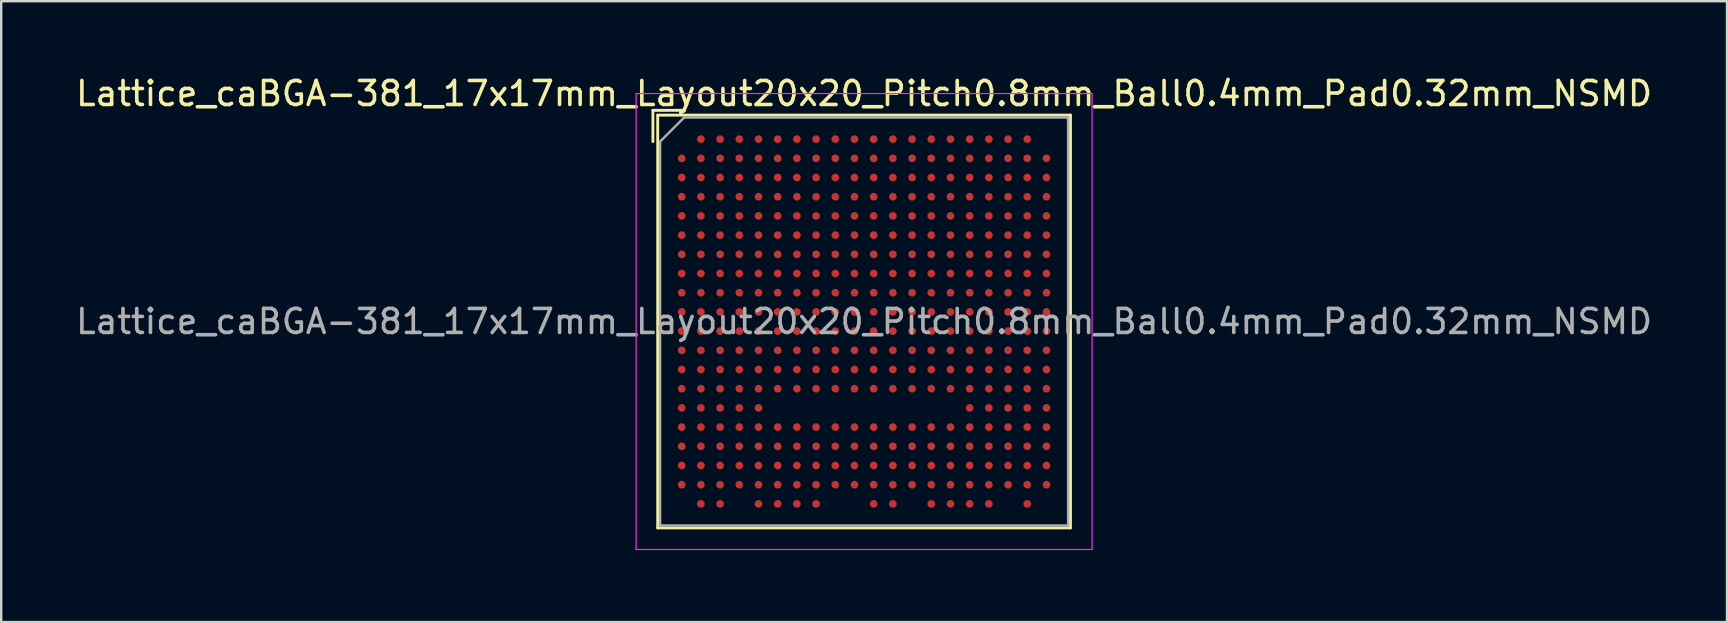
<source format=kicad_pcb>
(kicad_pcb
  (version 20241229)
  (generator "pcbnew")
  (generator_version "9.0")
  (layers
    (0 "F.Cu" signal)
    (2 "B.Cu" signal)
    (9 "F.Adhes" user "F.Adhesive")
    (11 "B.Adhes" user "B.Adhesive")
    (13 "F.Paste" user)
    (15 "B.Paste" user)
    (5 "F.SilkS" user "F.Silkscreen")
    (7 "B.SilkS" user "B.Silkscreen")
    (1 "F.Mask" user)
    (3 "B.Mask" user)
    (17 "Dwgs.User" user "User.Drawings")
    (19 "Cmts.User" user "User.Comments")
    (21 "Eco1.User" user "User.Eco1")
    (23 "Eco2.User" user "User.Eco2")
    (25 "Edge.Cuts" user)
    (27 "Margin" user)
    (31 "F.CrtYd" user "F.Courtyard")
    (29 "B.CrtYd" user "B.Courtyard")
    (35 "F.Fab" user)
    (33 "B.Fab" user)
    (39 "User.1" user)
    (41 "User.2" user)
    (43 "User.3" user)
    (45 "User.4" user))
  (footprint "Lattice_caBGA-381_17x17mm_Layout20x20_Pitch0.8mm_Ball0.4mm_Pad0.32mm_NSMD"
    (layer "F.Cu")
    (at 32.958 10.348)
    (property "Reference" "Lattice_caBGA-381_17x17mm_Layout20x20_Pitch0.8mm_Ball0.4mm_Pad0.32mm_NSMD" (at 0 -9.5 0) (layer "F.SilkS") (effects (font (size 1 1) (thickness 0.15))))
    (attr smd)
    (fp_line (start -8.8 -8.8) (end -8.8 -7.5) (stroke (width 0.12) (type solid)) (layer "F.SilkS"))
    (fp_line (start -8.8 -8.8) (end -7.5 -8.8) (stroke (width 0.12) (type solid)) (layer "F.SilkS"))
    (fp_line (start -8.6 -8.6) (end 8.6 -8.6) (stroke (width 0.12) (type solid)) (layer "F.SilkS"))
    (fp_line (start -8.6 8.6) (end -8.6 -8.6) (stroke (width 0.12) (type solid)) (layer "F.SilkS"))
    (fp_line (start 8.6 -8.6) (end 8.6 8.6) (stroke (width 0.12) (type solid)) (layer "F.SilkS"))
    (fp_line (start 8.6 8.6) (end -8.6 8.6) (stroke (width 0.12) (type solid)) (layer "F.SilkS"))
    (fp_line (start -9.5 -9.5) (end 9.5 -9.5) (stroke (width 0.05) (type solid)) (layer "F.CrtYd"))
    (fp_line (start -9.5 9.5) (end -9.5 -9.5) (stroke (width 0.05) (type solid)) (layer "F.CrtYd"))
    (fp_line (start 9.5 -9.5) (end 9.5 9.5) (stroke (width 0.05) (type solid)) (layer "F.CrtYd"))
    (fp_line (start 9.5 9.5) (end -9.5 9.5) (stroke (width 0.05) (type solid)) (layer "F.CrtYd"))
    (fp_line (start -8.5 -7.5) (end -7.5 -8.5) (stroke (width 0.1) (type solid)) (layer "F.Fab"))
    (fp_line (start -8.5 8.5) (end -8.5 -7.5) (stroke (width 0.1) (type solid)) (layer "F.Fab"))
    (fp_line (start -7.5 -8.5) (end 8.5 -8.5) (stroke (width 0.1) (type solid)) (layer "F.Fab"))
    (fp_line (start 8.5 -8.5) (end 8.5 8.5) (stroke (width 0.1) (type solid)) (layer "F.Fab"))
    (fp_line (start 8.5 8.5) (end -8.5 8.5) (stroke (width 0.1) (type solid)) (layer "F.Fab"))
    (fp_text user "${REFERENCE}" (at 0 0 0) (layer "F.Fab") (effects (font (size 1 1) (thickness 0.15))))
    (pad "A2" smd circle (at -6.8 -7.6) (size 0.32 0.32) (layers "F.Cu" "F.Mask" "F.Paste"))
    (pad "A3" smd circle (at -6 -7.6) (size 0.32 0.32) (layers "F.Cu" "F.Mask" "F.Paste"))
    (pad "A4" smd circle (at -5.2 -7.6) (size 0.32 0.32) (layers "F.Cu" "F.Mask" "F.Paste"))
    (pad "A5" smd circle (at -4.4 -7.6) (size 0.32 0.32) (layers "F.Cu" "F.Mask" "F.Paste"))
    (pad "A6" smd circle (at -3.6 -7.6) (size 0.32 0.32) (layers "F.Cu" "F.Mask" "F.Paste"))
    (pad "A7" smd circle (at -2.8 -7.6) (size 0.32 0.32) (layers "F.Cu" "F.Mask" "F.Paste"))
    (pad "A8" smd circle (at -2 -7.6) (size 0.32 0.32) (layers "F.Cu" "F.Mask" "F.Paste"))
    (pad "A9" smd circle (at -1.2 -7.6) (size 0.32 0.32) (layers "F.Cu" "F.Mask" "F.Paste"))
    (pad "A10" smd circle (at -0.4 -7.6) (size 0.32 0.32) (layers "F.Cu" "F.Mask" "F.Paste"))
    (pad "A11" smd circle (at 0.4 -7.6) (size 0.32 0.32) (layers "F.Cu" "F.Mask" "F.Paste"))
    (pad "A12" smd circle (at 1.2 -7.6) (size 0.32 0.32) (layers "F.Cu" "F.Mask" "F.Paste"))
    (pad "A13" smd circle (at 2 -7.6) (size 0.32 0.32) (layers "F.Cu" "F.Mask" "F.Paste"))
    (pad "A14" smd circle (at 2.8 -7.6) (size 0.32 0.32) (layers "F.Cu" "F.Mask" "F.Paste"))
    (pad "A15" smd circle (at 3.6 -7.6) (size 0.32 0.32) (layers "F.Cu" "F.Mask" "F.Paste"))
    (pad "A16" smd circle (at 4.4 -7.6) (size 0.32 0.32) (layers "F.Cu" "F.Mask" "F.Paste"))
    (pad "A17" smd circle (at 5.2 -7.6) (size 0.32 0.32) (layers "F.Cu" "F.Mask" "F.Paste"))
    (pad "A18" smd circle (at 6 -7.6) (size 0.32 0.32) (layers "F.Cu" "F.Mask" "F.Paste"))
    (pad "A19" smd circle (at 6.8 -7.6) (size 0.32 0.32) (layers "F.Cu" "F.Mask" "F.Paste"))
    (pad "B1" smd circle (at -7.6 -6.8) (size 0.32 0.32) (layers "F.Cu" "F.Mask" "F.Paste"))
    (pad "B2" smd circle (at -6.8 -6.8) (size 0.32 0.32) (layers "F.Cu" "F.Mask" "F.Paste"))
    (pad "B3" smd circle (at -6 -6.8) (size 0.32 0.32) (layers "F.Cu" "F.Mask" "F.Paste"))
    (pad "B4" smd circle (at -5.2 -6.8) (size 0.32 0.32) (layers "F.Cu" "F.Mask" "F.Paste"))
    (pad "B5" smd circle (at -4.4 -6.8) (size 0.32 0.32) (layers "F.Cu" "F.Mask" "F.Paste"))
    (pad "B6" smd circle (at -3.6 -6.8) (size 0.32 0.32) (layers "F.Cu" "F.Mask" "F.Paste"))
    (pad "B7" smd circle (at -2.8 -6.8) (size 0.32 0.32) (layers "F.Cu" "F.Mask" "F.Paste"))
    (pad "B8" smd circle (at -2 -6.8) (size 0.32 0.32) (layers "F.Cu" "F.Mask" "F.Paste"))
    (pad "B9" smd circle (at -1.2 -6.8) (size 0.32 0.32) (layers "F.Cu" "F.Mask" "F.Paste"))
    (pad "B10" smd circle (at -0.4 -6.8) (size 0.32 0.32) (layers "F.Cu" "F.Mask" "F.Paste"))
    (pad "B11" smd circle (at 0.4 -6.8) (size 0.32 0.32) (layers "F.Cu" "F.Mask" "F.Paste"))
    (pad "B12" smd circle (at 1.2 -6.8) (size 0.32 0.32) (layers "F.Cu" "F.Mask" "F.Paste"))
    (pad "B13" smd circle (at 2 -6.8) (size 0.32 0.32) (layers "F.Cu" "F.Mask" "F.Paste"))
    (pad "B14" smd circle (at 2.8 -6.8) (size 0.32 0.32) (layers "F.Cu" "F.Mask" "F.Paste"))
    (pad "B15" smd circle (at 3.6 -6.8) (size 0.32 0.32) (layers "F.Cu" "F.Mask" "F.Paste"))
    (pad "B16" smd circle (at 4.4 -6.8) (size 0.32 0.32) (layers "F.Cu" "F.Mask" "F.Paste"))
    (pad "B17" smd circle (at 5.2 -6.8) (size 0.32 0.32) (layers "F.Cu" "F.Mask" "F.Paste"))
    (pad "B18" smd circle (at 6 -6.8) (size 0.32 0.32) (layers "F.Cu" "F.Mask" "F.Paste"))
    (pad "B19" smd circle (at 6.8 -6.8) (size 0.32 0.32) (layers "F.Cu" "F.Mask" "F.Paste"))
    (pad "B20" smd circle (at 7.6 -6.8) (size 0.32 0.32) (layers "F.Cu" "F.Mask" "F.Paste"))
    (pad "C1" smd circle (at -7.6 -6) (size 0.32 0.32) (layers "F.Cu" "F.Mask" "F.Paste"))
    (pad "C2" smd circle (at -6.8 -6) (size 0.32 0.32) (layers "F.Cu" "F.Mask" "F.Paste"))
    (pad "C3" smd circle (at -6 -6) (size 0.32 0.32) (layers "F.Cu" "F.Mask" "F.Paste"))
    (pad "C4" smd circle (at -5.2 -6) (size 0.32 0.32) (layers "F.Cu" "F.Mask" "F.Paste"))
    (pad "C5" smd circle (at -4.4 -6) (size 0.32 0.32) (layers "F.Cu" "F.Mask" "F.Paste"))
    (pad "C6" smd circle (at -3.6 -6) (size 0.32 0.32) (layers "F.Cu" "F.Mask" "F.Paste"))
    (pad "C7" smd circle (at -2.8 -6) (size 0.32 0.32) (layers "F.Cu" "F.Mask" "F.Paste"))
    (pad "C8" smd circle (at -2 -6) (size 0.32 0.32) (layers "F.Cu" "F.Mask" "F.Paste"))
    (pad "C9" smd circle (at -1.2 -6) (size 0.32 0.32) (layers "F.Cu" "F.Mask" "F.Paste"))
    (pad "C10" smd circle (at -0.4 -6) (size 0.32 0.32) (layers "F.Cu" "F.Mask" "F.Paste"))
    (pad "C11" smd circle (at 0.4 -6) (size 0.32 0.32) (layers "F.Cu" "F.Mask" "F.Paste"))
    (pad "C12" smd circle (at 1.2 -6) (size 0.32 0.32) (layers "F.Cu" "F.Mask" "F.Paste"))
    (pad "C13" smd circle (at 2 -6) (size 0.32 0.32) (layers "F.Cu" "F.Mask" "F.Paste"))
    (pad "C14" smd circle (at 2.8 -6) (size 0.32 0.32) (layers "F.Cu" "F.Mask" "F.Paste"))
    (pad "C15" smd circle (at 3.6 -6) (size 0.32 0.32) (layers "F.Cu" "F.Mask" "F.Paste"))
    (pad "C16" smd circle (at 4.4 -6) (size 0.32 0.32) (layers "F.Cu" "F.Mask" "F.Paste"))
    (pad "C17" smd circle (at 5.2 -6) (size 0.32 0.32) (layers "F.Cu" "F.Mask" "F.Paste"))
    (pad "C18" smd circle (at 6 -6) (size 0.32 0.32) (layers "F.Cu" "F.Mask" "F.Paste"))
    (pad "C19" smd circle (at 6.8 -6) (size 0.32 0.32) (layers "F.Cu" "F.Mask" "F.Paste"))
    (pad "C20" smd circle (at 7.6 -6) (size 0.32 0.32) (layers "F.Cu" "F.Mask" "F.Paste"))
    (pad "D1" smd circle (at -7.6 -5.2) (size 0.32 0.32) (layers "F.Cu" "F.Mask" "F.Paste"))
    (pad "D2" smd circle (at -6.8 -5.2) (size 0.32 0.32) (layers "F.Cu" "F.Mask" "F.Paste"))
    (pad "D3" smd circle (at -6 -5.2) (size 0.32 0.32) (layers "F.Cu" "F.Mask" "F.Paste"))
    (pad "D4" smd circle (at -5.2 -5.2) (size 0.32 0.32) (layers "F.Cu" "F.Mask" "F.Paste"))
    (pad "D5" smd circle (at -4.4 -5.2) (size 0.32 0.32) (layers "F.Cu" "F.Mask" "F.Paste"))
    (pad "D6" smd circle (at -3.6 -5.2) (size 0.32 0.32) (layers "F.Cu" "F.Mask" "F.Paste"))
    (pad "D7" smd circle (at -2.8 -5.2) (size 0.32 0.32) (layers "F.Cu" "F.Mask" "F.Paste"))
    (pad "D8" smd circle (at -2 -5.2) (size 0.32 0.32) (layers "F.Cu" "F.Mask" "F.Paste"))
    (pad "D9" smd circle (at -1.2 -5.2) (size 0.32 0.32) (layers "F.Cu" "F.Mask" "F.Paste"))
    (pad "D10" smd circle (at -0.4 -5.2) (size 0.32 0.32) (layers "F.Cu" "F.Mask" "F.Paste"))
    (pad "D11" smd circle (at 0.4 -5.2) (size 0.32 0.32) (layers "F.Cu" "F.Mask" "F.Paste"))
    (pad "D12" smd circle (at 1.2 -5.2) (size 0.32 0.32) (layers "F.Cu" "F.Mask" "F.Paste"))
    (pad "D13" smd circle (at 2 -5.2) (size 0.32 0.32) (layers "F.Cu" "F.Mask" "F.Paste"))
    (pad "D14" smd circle (at 2.8 -5.2) (size 0.32 0.32) (layers "F.Cu" "F.Mask" "F.Paste"))
    (pad "D15" smd circle (at 3.6 -5.2) (size 0.32 0.32) (layers "F.Cu" "F.Mask" "F.Paste"))
    (pad "D16" smd circle (at 4.4 -5.2) (size 0.32 0.32) (layers "F.Cu" "F.Mask" "F.Paste"))
    (pad "D17" smd circle (at 5.2 -5.2) (size 0.32 0.32) (layers "F.Cu" "F.Mask" "F.Paste"))
    (pad "D18" smd circle (at 6 -5.2) (size 0.32 0.32) (layers "F.Cu" "F.Mask" "F.Paste"))
    (pad "D19" smd circle (at 6.8 -5.2) (size 0.32 0.32) (layers "F.Cu" "F.Mask" "F.Paste"))
    (pad "D20" smd circle (at 7.6 -5.2) (size 0.32 0.32) (layers "F.Cu" "F.Mask" "F.Paste"))
    (pad "E1" smd circle (at -7.6 -4.4) (size 0.32 0.32) (layers "F.Cu" "F.Mask" "F.Paste"))
    (pad "E2" smd circle (at -6.8 -4.4) (size 0.32 0.32) (layers "F.Cu" "F.Mask" "F.Paste"))
    (pad "E3" smd circle (at -6 -4.4) (size 0.32 0.32) (layers "F.Cu" "F.Mask" "F.Paste"))
    (pad "E4" smd circle (at -5.2 -4.4) (size 0.32 0.32) (layers "F.Cu" "F.Mask" "F.Paste"))
    (pad "E5" smd circle (at -4.4 -4.4) (size 0.32 0.32) (layers "F.Cu" "F.Mask" "F.Paste"))
    (pad "E6" smd circle (at -3.6 -4.4) (size 0.32 0.32) (layers "F.Cu" "F.Mask" "F.Paste"))
    (pad "E7" smd circle (at -2.8 -4.4) (size 0.32 0.32) (layers "F.Cu" "F.Mask" "F.Paste"))
    (pad "E8" smd circle (at -2 -4.4) (size 0.32 0.32) (layers "F.Cu" "F.Mask" "F.Paste"))
    (pad "E9" smd circle (at -1.2 -4.4) (size 0.32 0.32) (layers "F.Cu" "F.Mask" "F.Paste"))
    (pad "E10" smd circle (at -0.4 -4.4) (size 0.32 0.32) (layers "F.Cu" "F.Mask" "F.Paste"))
    (pad "E11" smd circle (at 0.4 -4.4) (size 0.32 0.32) (layers "F.Cu" "F.Mask" "F.Paste"))
    (pad "E12" smd circle (at 1.2 -4.4) (size 0.32 0.32) (layers "F.Cu" "F.Mask" "F.Paste"))
    (pad "E13" smd circle (at 2 -4.4) (size 0.32 0.32) (layers "F.Cu" "F.Mask" "F.Paste"))
    (pad "E14" smd circle (at 2.8 -4.4) (size 0.32 0.32) (layers "F.Cu" "F.Mask" "F.Paste"))
    (pad "E15" smd circle (at 3.6 -4.4) (size 0.32 0.32) (layers "F.Cu" "F.Mask" "F.Paste"))
    (pad "E16" smd circle (at 4.4 -4.4) (size 0.32 0.32) (layers "F.Cu" "F.Mask" "F.Paste"))
    (pad "E17" smd circle (at 5.2 -4.4) (size 0.32 0.32) (layers "F.Cu" "F.Mask" "F.Paste"))
    (pad "E18" smd circle (at 6 -4.4) (size 0.32 0.32) (layers "F.Cu" "F.Mask" "F.Paste"))
    (pad "E19" smd circle (at 6.8 -4.4) (size 0.32 0.32) (layers "F.Cu" "F.Mask" "F.Paste"))
    (pad "E20" smd circle (at 7.6 -4.4) (size 0.32 0.32) (layers "F.Cu" "F.Mask" "F.Paste"))
    (pad "F1" smd circle (at -7.6 -3.6) (size 0.32 0.32) (layers "F.Cu" "F.Mask" "F.Paste"))
    (pad "F2" smd circle (at -6.8 -3.6) (size 0.32 0.32) (layers "F.Cu" "F.Mask" "F.Paste"))
    (pad "F3" smd circle (at -6 -3.6) (size 0.32 0.32) (layers "F.Cu" "F.Mask" "F.Paste"))
    (pad "F4" smd circle (at -5.2 -3.6) (size 0.32 0.32) (layers "F.Cu" "F.Mask" "F.Paste"))
    (pad "F5" smd circle (at -4.4 -3.6) (size 0.32 0.32) (layers "F.Cu" "F.Mask" "F.Paste"))
    (pad "F6" smd circle (at -3.6 -3.6) (size 0.32 0.32) (layers "F.Cu" "F.Mask" "F.Paste"))
    (pad "F7" smd circle (at -2.8 -3.6) (size 0.32 0.32) (layers "F.Cu" "F.Mask" "F.Paste"))
    (pad "F8" smd circle (at -2 -3.6) (size 0.32 0.32) (layers "F.Cu" "F.Mask" "F.Paste"))
    (pad "F9" smd circle (at -1.2 -3.6) (size 0.32 0.32) (layers "F.Cu" "F.Mask" "F.Paste"))
    (pad "F10" smd circle (at -0.4 -3.6) (size 0.32 0.32) (layers "F.Cu" "F.Mask" "F.Paste"))
    (pad "F11" smd circle (at 0.4 -3.6) (size 0.32 0.32) (layers "F.Cu" "F.Mask" "F.Paste"))
    (pad "F12" smd circle (at 1.2 -3.6) (size 0.32 0.32) (layers "F.Cu" "F.Mask" "F.Paste"))
    (pad "F13" smd circle (at 2 -3.6) (size 0.32 0.32) (layers "F.Cu" "F.Mask" "F.Paste"))
    (pad "F14" smd circle (at 2.8 -3.6) (size 0.32 0.32) (layers "F.Cu" "F.Mask" "F.Paste"))
    (pad "F15" smd circle (at 3.6 -3.6) (size 0.32 0.32) (layers "F.Cu" "F.Mask" "F.Paste"))
    (pad "F16" smd circle (at 4.4 -3.6) (size 0.32 0.32) (layers "F.Cu" "F.Mask" "F.Paste"))
    (pad "F17" smd circle (at 5.2 -3.6) (size 0.32 0.32) (layers "F.Cu" "F.Mask" "F.Paste"))
    (pad "F18" smd circle (at 6 -3.6) (size 0.32 0.32) (layers "F.Cu" "F.Mask" "F.Paste"))
    (pad "F19" smd circle (at 6.8 -3.6) (size 0.32 0.32) (layers "F.Cu" "F.Mask" "F.Paste"))
    (pad "F20" smd circle (at 7.6 -3.6) (size 0.32 0.32) (layers "F.Cu" "F.Mask" "F.Paste"))
    (pad "G1" smd circle (at -7.6 -2.8) (size 0.32 0.32) (layers "F.Cu" "F.Mask" "F.Paste"))
    (pad "G2" smd circle (at -6.8 -2.8) (size 0.32 0.32) (layers "F.Cu" "F.Mask" "F.Paste"))
    (pad "G3" smd circle (at -6 -2.8) (size 0.32 0.32) (layers "F.Cu" "F.Mask" "F.Paste"))
    (pad "G4" smd circle (at -5.2 -2.8) (size 0.32 0.32) (layers "F.Cu" "F.Mask" "F.Paste"))
    (pad "G5" smd circle (at -4.4 -2.8) (size 0.32 0.32) (layers "F.Cu" "F.Mask" "F.Paste"))
    (pad "G6" smd circle (at -3.6 -2.8) (size 0.32 0.32) (layers "F.Cu" "F.Mask" "F.Paste"))
    (pad "G7" smd circle (at -2.8 -2.8) (size 0.32 0.32) (layers "F.Cu" "F.Mask" "F.Paste"))
    (pad "G8" smd circle (at -2 -2.8) (size 0.32 0.32) (layers "F.Cu" "F.Mask" "F.Paste"))
    (pad "G9" smd circle (at -1.2 -2.8) (size 0.32 0.32) (layers "F.Cu" "F.Mask" "F.Paste"))
    (pad "G10" smd circle (at -0.4 -2.8) (size 0.32 0.32) (layers "F.Cu" "F.Mask" "F.Paste"))
    (pad "G11" smd circle (at 0.4 -2.8) (size 0.32 0.32) (layers "F.Cu" "F.Mask" "F.Paste"))
    (pad "G12" smd circle (at 1.2 -2.8) (size 0.32 0.32) (layers "F.Cu" "F.Mask" "F.Paste"))
    (pad "G13" smd circle (at 2 -2.8) (size 0.32 0.32) (layers "F.Cu" "F.Mask" "F.Paste"))
    (pad "G14" smd circle (at 2.8 -2.8) (size 0.32 0.32) (layers "F.Cu" "F.Mask" "F.Paste"))
    (pad "G15" smd circle (at 3.6 -2.8) (size 0.32 0.32) (layers "F.Cu" "F.Mask" "F.Paste"))
    (pad "G16" smd circle (at 4.4 -2.8) (size 0.32 0.32) (layers "F.Cu" "F.Mask" "F.Paste"))
    (pad "G17" smd circle (at 5.2 -2.8) (size 0.32 0.32) (layers "F.Cu" "F.Mask" "F.Paste"))
    (pad "G18" smd circle (at 6 -2.8) (size 0.32 0.32) (layers "F.Cu" "F.Mask" "F.Paste"))
    (pad "G19" smd circle (at 6.8 -2.8) (size 0.32 0.32) (layers "F.Cu" "F.Mask" "F.Paste"))
    (pad "G20" smd circle (at 7.6 -2.8) (size 0.32 0.32) (layers "F.Cu" "F.Mask" "F.Paste"))
    (pad "H1" smd circle (at -7.6 -2) (size 0.32 0.32) (layers "F.Cu" "F.Mask" "F.Paste"))
    (pad "H2" smd circle (at -6.8 -2) (size 0.32 0.32) (layers "F.Cu" "F.Mask" "F.Paste"))
    (pad "H3" smd circle (at -6 -2) (size 0.32 0.32) (layers "F.Cu" "F.Mask" "F.Paste"))
    (pad "H4" smd circle (at -5.2 -2) (size 0.32 0.32) (layers "F.Cu" "F.Mask" "F.Paste"))
    (pad "H5" smd circle (at -4.4 -2) (size 0.32 0.32) (layers "F.Cu" "F.Mask" "F.Paste"))
    (pad "H6" smd circle (at -3.6 -2) (size 0.32 0.32) (layers "F.Cu" "F.Mask" "F.Paste"))
    (pad "H7" smd circle (at -2.8 -2) (size 0.32 0.32) (layers "F.Cu" "F.Mask" "F.Paste"))
    (pad "H8" smd circle (at -2 -2) (size 0.32 0.32) (layers "F.Cu" "F.Mask" "F.Paste"))
    (pad "H9" smd circle (at -1.2 -2) (size 0.32 0.32) (layers "F.Cu" "F.Mask" "F.Paste"))
    (pad "H10" smd circle (at -0.4 -2) (size 0.32 0.32) (layers "F.Cu" "F.Mask" "F.Paste"))
    (pad "H11" smd circle (at 0.4 -2) (size 0.32 0.32) (layers "F.Cu" "F.Mask" "F.Paste"))
    (pad "H12" smd circle (at 1.2 -2) (size 0.32 0.32) (layers "F.Cu" "F.Mask" "F.Paste"))
    (pad "H13" smd circle (at 2 -2) (size 0.32 0.32) (layers "F.Cu" "F.Mask" "F.Paste"))
    (pad "H14" smd circle (at 2.8 -2) (size 0.32 0.32) (layers "F.Cu" "F.Mask" "F.Paste"))
    (pad "H15" smd circle (at 3.6 -2) (size 0.32 0.32) (layers "F.Cu" "F.Mask" "F.Paste"))
    (pad "H16" smd circle (at 4.4 -2) (size 0.32 0.32) (layers "F.Cu" "F.Mask" "F.Paste"))
    (pad "H17" smd circle (at 5.2 -2) (size 0.32 0.32) (layers "F.Cu" "F.Mask" "F.Paste"))
    (pad "H18" smd circle (at 6 -2) (size 0.32 0.32) (layers "F.Cu" "F.Mask" "F.Paste"))
    (pad "H19" smd circle (at 6.8 -2) (size 0.32 0.32) (layers "F.Cu" "F.Mask" "F.Paste"))
    (pad "H20" smd circle (at 7.6 -2) (size 0.32 0.32) (layers "F.Cu" "F.Mask" "F.Paste"))
    (pad "J1" smd circle (at -7.6 -1.2) (size 0.32 0.32) (layers "F.Cu" "F.Mask" "F.Paste"))
    (pad "J2" smd circle (at -6.8 -1.2) (size 0.32 0.32) (layers "F.Cu" "F.Mask" "F.Paste"))
    (pad "J3" smd circle (at -6 -1.2) (size 0.32 0.32) (layers "F.Cu" "F.Mask" "F.Paste"))
    (pad "J4" smd circle (at -5.2 -1.2) (size 0.32 0.32) (layers "F.Cu" "F.Mask" "F.Paste"))
    (pad "J5" smd circle (at -4.4 -1.2) (size 0.32 0.32) (layers "F.Cu" "F.Mask" "F.Paste"))
    (pad "J6" smd circle (at -3.6 -1.2) (size 0.32 0.32) (layers "F.Cu" "F.Mask" "F.Paste"))
    (pad "J7" smd circle (at -2.8 -1.2) (size 0.32 0.32) (layers "F.Cu" "F.Mask" "F.Paste"))
    (pad "J8" smd circle (at -2 -1.2) (size 0.32 0.32) (layers "F.Cu" "F.Mask" "F.Paste"))
    (pad "J9" smd circle (at -1.2 -1.2) (size 0.32 0.32) (layers "F.Cu" "F.Mask" "F.Paste"))
    (pad "J10" smd circle (at -0.4 -1.2) (size 0.32 0.32) (layers "F.Cu" "F.Mask" "F.Paste"))
    (pad "J11" smd circle (at 0.4 -1.2) (size 0.32 0.32) (layers "F.Cu" "F.Mask" "F.Paste"))
    (pad "J12" smd circle (at 1.2 -1.2) (size 0.32 0.32) (layers "F.Cu" "F.Mask" "F.Paste"))
    (pad "J13" smd circle (at 2 -1.2) (size 0.32 0.32) (layers "F.Cu" "F.Mask" "F.Paste"))
    (pad "J14" smd circle (at 2.8 -1.2) (size 0.32 0.32) (layers "F.Cu" "F.Mask" "F.Paste"))
    (pad "J15" smd circle (at 3.6 -1.2) (size 0.32 0.32) (layers "F.Cu" "F.Mask" "F.Paste"))
    (pad "J16" smd circle (at 4.4 -1.2) (size 0.32 0.32) (layers "F.Cu" "F.Mask" "F.Paste"))
    (pad "J17" smd circle (at 5.2 -1.2) (size 0.32 0.32) (layers "F.Cu" "F.Mask" "F.Paste"))
    (pad "J18" smd circle (at 6 -1.2) (size 0.32 0.32) (layers "F.Cu" "F.Mask" "F.Paste"))
    (pad "J19" smd circle (at 6.8 -1.2) (size 0.32 0.32) (layers "F.Cu" "F.Mask" "F.Paste"))
    (pad "J20" smd circle (at 7.6 -1.2) (size 0.32 0.32) (layers "F.Cu" "F.Mask" "F.Paste"))
    (pad "K1" smd circle (at -7.6 -0.4) (size 0.32 0.32) (layers "F.Cu" "F.Mask" "F.Paste"))
    (pad "K2" smd circle (at -6.8 -0.4) (size 0.32 0.32) (layers "F.Cu" "F.Mask" "F.Paste"))
    (pad "K3" smd circle (at -6 -0.4) (size 0.32 0.32) (layers "F.Cu" "F.Mask" "F.Paste"))
    (pad "K4" smd circle (at -5.2 -0.4) (size 0.32 0.32) (layers "F.Cu" "F.Mask" "F.Paste"))
    (pad "K5" smd circle (at -4.4 -0.4) (size 0.32 0.32) (layers "F.Cu" "F.Mask" "F.Paste"))
    (pad "K6" smd circle (at -3.6 -0.4) (size 0.32 0.32) (layers "F.Cu" "F.Mask" "F.Paste"))
    (pad "K7" smd circle (at -2.8 -0.4) (size 0.32 0.32) (layers "F.Cu" "F.Mask" "F.Paste"))
    (pad "K8" smd circle (at -2 -0.4) (size 0.32 0.32) (layers "F.Cu" "F.Mask" "F.Paste"))
    (pad "K9" smd circle (at -1.2 -0.4) (size 0.32 0.32) (layers "F.Cu" "F.Mask" "F.Paste"))
    (pad "K10" smd circle (at -0.4 -0.4) (size 0.32 0.32) (layers "F.Cu" "F.Mask" "F.Paste"))
    (pad "K11" smd circle (at 0.4 -0.4) (size 0.32 0.32) (layers "F.Cu" "F.Mask" "F.Paste"))
    (pad "K12" smd circle (at 1.2 -0.4) (size 0.32 0.32) (layers "F.Cu" "F.Mask" "F.Paste"))
    (pad "K13" smd circle (at 2 -0.4) (size 0.32 0.32) (layers "F.Cu" "F.Mask" "F.Paste"))
    (pad "K14" smd circle (at 2.8 -0.4) (size 0.32 0.32) (layers "F.Cu" "F.Mask" "F.Paste"))
    (pad "K15" smd circle (at 3.6 -0.4) (size 0.32 0.32) (layers "F.Cu" "F.Mask" "F.Paste"))
    (pad "K16" smd circle (at 4.4 -0.4) (size 0.32 0.32) (layers "F.Cu" "F.Mask" "F.Paste"))
    (pad "K17" smd circle (at 5.2 -0.4) (size 0.32 0.32) (layers "F.Cu" "F.Mask" "F.Paste"))
    (pad "K18" smd circle (at 6 -0.4) (size 0.32 0.32) (layers "F.Cu" "F.Mask" "F.Paste"))
    (pad "K19" smd circle (at 6.8 -0.4) (size 0.32 0.32) (layers "F.Cu" "F.Mask" "F.Paste"))
    (pad "K20" smd circle (at 7.6 -0.4) (size 0.32 0.32) (layers "F.Cu" "F.Mask" "F.Paste"))
    (pad "L1" smd circle (at -7.6 0.4) (size 0.32 0.32) (layers "F.Cu" "F.Mask" "F.Paste"))
    (pad "L2" smd circle (at -6.8 0.4) (size 0.32 0.32) (layers "F.Cu" "F.Mask" "F.Paste"))
    (pad "L3" smd circle (at -6 0.4) (size 0.32 0.32) (layers "F.Cu" "F.Mask" "F.Paste"))
    (pad "L4" smd circle (at -5.2 0.4) (size 0.32 0.32) (layers "F.Cu" "F.Mask" "F.Paste"))
    (pad "L5" smd circle (at -4.4 0.4) (size 0.32 0.32) (layers "F.Cu" "F.Mask" "F.Paste"))
    (pad "L6" smd circle (at -3.6 0.4) (size 0.32 0.32) (layers "F.Cu" "F.Mask" "F.Paste"))
    (pad "L7" smd circle (at -2.8 0.4) (size 0.32 0.32) (layers "F.Cu" "F.Mask" "F.Paste"))
    (pad "L8" smd circle (at -2 0.4) (size 0.32 0.32) (layers "F.Cu" "F.Mask" "F.Paste"))
    (pad "L9" smd circle (at -1.2 0.4) (size 0.32 0.32) (layers "F.Cu" "F.Mask" "F.Paste"))
    (pad "L10" smd circle (at -0.4 0.4) (size 0.32 0.32) (layers "F.Cu" "F.Mask" "F.Paste"))
    (pad "L11" smd circle (at 0.4 0.4) (size 0.32 0.32) (layers "F.Cu" "F.Mask" "F.Paste"))
    (pad "L12" smd circle (at 1.2 0.4) (size 0.32 0.32) (layers "F.Cu" "F.Mask" "F.Paste"))
    (pad "L13" smd circle (at 2 0.4) (size 0.32 0.32) (layers "F.Cu" "F.Mask" "F.Paste"))
    (pad "L14" smd circle (at 2.8 0.4) (size 0.32 0.32) (layers "F.Cu" "F.Mask" "F.Paste"))
    (pad "L15" smd circle (at 3.6 0.4) (size 0.32 0.32) (layers "F.Cu" "F.Mask" "F.Paste"))
    (pad "L16" smd circle (at 4.4 0.4) (size 0.32 0.32) (layers "F.Cu" "F.Mask" "F.Paste"))
    (pad "L17" smd circle (at 5.2 0.4) (size 0.32 0.32) (layers "F.Cu" "F.Mask" "F.Paste"))
    (pad "L18" smd circle (at 6 0.4) (size 0.32 0.32) (layers "F.Cu" "F.Mask" "F.Paste"))
    (pad "L19" smd circle (at 6.8 0.4) (size 0.32 0.32) (layers "F.Cu" "F.Mask" "F.Paste"))
    (pad "L20" smd circle (at 7.6 0.4) (size 0.32 0.32) (layers "F.Cu" "F.Mask" "F.Paste"))
    (pad "M1" smd circle (at -7.6 1.2) (size 0.32 0.32) (layers "F.Cu" "F.Mask" "F.Paste"))
    (pad "M2" smd circle (at -6.8 1.2) (size 0.32 0.32) (layers "F.Cu" "F.Mask" "F.Paste"))
    (pad "M3" smd circle (at -6 1.2) (size 0.32 0.32) (layers "F.Cu" "F.Mask" "F.Paste"))
    (pad "M4" smd circle (at -5.2 1.2) (size 0.32 0.32) (layers "F.Cu" "F.Mask" "F.Paste"))
    (pad "M5" smd circle (at -4.4 1.2) (size 0.32 0.32) (layers "F.Cu" "F.Mask" "F.Paste"))
    (pad "M6" smd circle (at -3.6 1.2) (size 0.32 0.32) (layers "F.Cu" "F.Mask" "F.Paste"))
    (pad "M7" smd circle (at -2.8 1.2) (size 0.32 0.32) (layers "F.Cu" "F.Mask" "F.Paste"))
    (pad "M8" smd circle (at -2 1.2) (size 0.32 0.32) (layers "F.Cu" "F.Mask" "F.Paste"))
    (pad "M9" smd circle (at -1.2 1.2) (size 0.32 0.32) (layers "F.Cu" "F.Mask" "F.Paste"))
    (pad "M10" smd circle (at -0.4 1.2) (size 0.32 0.32) (layers "F.Cu" "F.Mask" "F.Paste"))
    (pad "M11" smd circle (at 0.4 1.2) (size 0.32 0.32) (layers "F.Cu" "F.Mask" "F.Paste"))
    (pad "M12" smd circle (at 1.2 1.2) (size 0.32 0.32) (layers "F.Cu" "F.Mask" "F.Paste"))
    (pad "M13" smd circle (at 2 1.2) (size 0.32 0.32) (layers "F.Cu" "F.Mask" "F.Paste"))
    (pad "M14" smd circle (at 2.8 1.2) (size 0.32 0.32) (layers "F.Cu" "F.Mask" "F.Paste"))
    (pad "M15" smd circle (at 3.6 1.2) (size 0.32 0.32) (layers "F.Cu" "F.Mask" "F.Paste"))
    (pad "M16" smd circle (at 4.4 1.2) (size 0.32 0.32) (layers "F.Cu" "F.Mask" "F.Paste"))
    (pad "M17" smd circle (at 5.2 1.2) (size 0.32 0.32) (layers "F.Cu" "F.Mask" "F.Paste"))
    (pad "M18" smd circle (at 6 1.2) (size 0.32 0.32) (layers "F.Cu" "F.Mask" "F.Paste"))
    (pad "M19" smd circle (at 6.8 1.2) (size 0.32 0.32) (layers "F.Cu" "F.Mask" "F.Paste"))
    (pad "M20" smd circle (at 7.6 1.2) (size 0.32 0.32) (layers "F.Cu" "F.Mask" "F.Paste"))
    (pad "N1" smd circle (at -7.6 2) (size 0.32 0.32) (layers "F.Cu" "F.Mask" "F.Paste"))
    (pad "N2" smd circle (at -6.8 2) (size 0.32 0.32) (layers "F.Cu" "F.Mask" "F.Paste"))
    (pad "N3" smd circle (at -6 2) (size 0.32 0.32) (layers "F.Cu" "F.Mask" "F.Paste"))
    (pad "N4" smd circle (at -5.2 2) (size 0.32 0.32) (layers "F.Cu" "F.Mask" "F.Paste"))
    (pad "N5" smd circle (at -4.4 2) (size 0.32 0.32) (layers "F.Cu" "F.Mask" "F.Paste"))
    (pad "N6" smd circle (at -3.6 2) (size 0.32 0.32) (layers "F.Cu" "F.Mask" "F.Paste"))
    (pad "N7" smd circle (at -2.8 2) (size 0.32 0.32) (layers "F.Cu" "F.Mask" "F.Paste"))
    (pad "N8" smd circle (at -2 2) (size 0.32 0.32) (layers "F.Cu" "F.Mask" "F.Paste"))
    (pad "N9" smd circle (at -1.2 2) (size 0.32 0.32) (layers "F.Cu" "F.Mask" "F.Paste"))
    (pad "N10" smd circle (at -0.4 2) (size 0.32 0.32) (layers "F.Cu" "F.Mask" "F.Paste"))
    (pad "N11" smd circle (at 0.4 2) (size 0.32 0.32) (layers "F.Cu" "F.Mask" "F.Paste"))
    (pad "N12" smd circle (at 1.2 2) (size 0.32 0.32) (layers "F.Cu" "F.Mask" "F.Paste"))
    (pad "N13" smd circle (at 2 2) (size 0.32 0.32) (layers "F.Cu" "F.Mask" "F.Paste"))
    (pad "N14" smd circle (at 2.8 2) (size 0.32 0.32) (layers "F.Cu" "F.Mask" "F.Paste"))
    (pad "N15" smd circle (at 3.6 2) (size 0.32 0.32) (layers "F.Cu" "F.Mask" "F.Paste"))
    (pad "N16" smd circle (at 4.4 2) (size 0.32 0.32) (layers "F.Cu" "F.Mask" "F.Paste"))
    (pad "N17" smd circle (at 5.2 2) (size 0.32 0.32) (layers "F.Cu" "F.Mask" "F.Paste"))
    (pad "N18" smd circle (at 6 2) (size 0.32 0.32) (layers "F.Cu" "F.Mask" "F.Paste"))
    (pad "N19" smd circle (at 6.8 2) (size 0.32 0.32) (layers "F.Cu" "F.Mask" "F.Paste"))
    (pad "N20" smd circle (at 7.6 2) (size 0.32 0.32) (layers "F.Cu" "F.Mask" "F.Paste"))
    (pad "P1" smd circle (at -7.6 2.8) (size 0.32 0.32) (layers "F.Cu" "F.Mask" "F.Paste"))
    (pad "P2" smd circle (at -6.8 2.8) (size 0.32 0.32) (layers "F.Cu" "F.Mask" "F.Paste"))
    (pad "P3" smd circle (at -6 2.8) (size 0.32 0.32) (layers "F.Cu" "F.Mask" "F.Paste"))
    (pad "P4" smd circle (at -5.2 2.8) (size 0.32 0.32) (layers "F.Cu" "F.Mask" "F.Paste"))
    (pad "P5" smd circle (at -4.4 2.8) (size 0.32 0.32) (layers "F.Cu" "F.Mask" "F.Paste"))
    (pad "P6" smd circle (at -3.6 2.8) (size 0.32 0.32) (layers "F.Cu" "F.Mask" "F.Paste"))
    (pad "P7" smd circle (at -2.8 2.8) (size 0.32 0.32) (layers "F.Cu" "F.Mask" "F.Paste"))
    (pad "P8" smd circle (at -2 2.8) (size 0.32 0.32) (layers "F.Cu" "F.Mask" "F.Paste"))
    (pad "P9" smd circle (at -1.2 2.8) (size 0.32 0.32) (layers "F.Cu" "F.Mask" "F.Paste"))
    (pad "P10" smd circle (at -0.4 2.8) (size 0.32 0.32) (layers "F.Cu" "F.Mask" "F.Paste"))
    (pad "P11" smd circle (at 0.4 2.8) (size 0.32 0.32) (layers "F.Cu" "F.Mask" "F.Paste"))
    (pad "P12" smd circle (at 1.2 2.8) (size 0.32 0.32) (layers "F.Cu" "F.Mask" "F.Paste"))
    (pad "P13" smd circle (at 2 2.8) (size 0.32 0.32) (layers "F.Cu" "F.Mask" "F.Paste"))
    (pad "P14" smd circle (at 2.8 2.8) (size 0.32 0.32) (layers "F.Cu" "F.Mask" "F.Paste"))
    (pad "P15" smd circle (at 3.6 2.8) (size 0.32 0.32) (layers "F.Cu" "F.Mask" "F.Paste"))
    (pad "P16" smd circle (at 4.4 2.8) (size 0.32 0.32) (layers "F.Cu" "F.Mask" "F.Paste"))
    (pad "P17" smd circle (at 5.2 2.8) (size 0.32 0.32) (layers "F.Cu" "F.Mask" "F.Paste"))
    (pad "P18" smd circle (at 6 2.8) (size 0.32 0.32) (layers "F.Cu" "F.Mask" "F.Paste"))
    (pad "P19" smd circle (at 6.8 2.8) (size 0.32 0.32) (layers "F.Cu" "F.Mask" "F.Paste"))
    (pad "P20" smd circle (at 7.6 2.8) (size 0.32 0.32) (layers "F.Cu" "F.Mask" "F.Paste"))
    (pad "R1" smd circle (at -7.6 3.6) (size 0.32 0.32) (layers "F.Cu" "F.Mask" "F.Paste"))
    (pad "R2" smd circle (at -6.8 3.6) (size 0.32 0.32) (layers "F.Cu" "F.Mask" "F.Paste"))
    (pad "R3" smd circle (at -6 3.6) (size 0.32 0.32) (layers "F.Cu" "F.Mask" "F.Paste"))
    (pad "R4" smd circle (at -5.2 3.6) (size 0.32 0.32) (layers "F.Cu" "F.Mask" "F.Paste"))
    (pad "R5" smd circle (at -4.4 3.6) (size 0.32 0.32) (layers "F.Cu" "F.Mask" "F.Paste"))
    (pad "R16" smd circle (at 4.4 3.6) (size 0.32 0.32) (layers "F.Cu" "F.Mask" "F.Paste"))
    (pad "R17" smd circle (at 5.2 3.6) (size 0.32 0.32) (layers "F.Cu" "F.Mask" "F.Paste"))
    (pad "R18" smd circle (at 6 3.6) (size 0.32 0.32) (layers "F.Cu" "F.Mask" "F.Paste"))
    (pad "R19" smd circle (at 6.8 3.6) (size 0.32 0.32) (layers "F.Cu" "F.Mask" "F.Paste"))
    (pad "R20" smd circle (at 7.6 3.6) (size 0.32 0.32) (layers "F.Cu" "F.Mask" "F.Paste"))
    (pad "T1" smd circle (at -7.6 4.4) (size 0.32 0.32) (layers "F.Cu" "F.Mask" "F.Paste"))
    (pad "T2" smd circle (at -6.8 4.4) (size 0.32 0.32) (layers "F.Cu" "F.Mask" "F.Paste"))
    (pad "T3" smd circle (at -6 4.4) (size 0.32 0.32) (layers "F.Cu" "F.Mask" "F.Paste"))
    (pad "T4" smd circle (at -5.2 4.4) (size 0.32 0.32) (layers "F.Cu" "F.Mask" "F.Paste"))
    (pad "T5" smd circle (at -4.4 4.4) (size 0.32 0.32) (layers "F.Cu" "F.Mask" "F.Paste"))
    (pad "T6" smd circle (at -3.6 4.4) (size 0.32 0.32) (layers "F.Cu" "F.Mask" "F.Paste"))
    (pad "T7" smd circle (at -2.8 4.4) (size 0.32 0.32) (layers "F.Cu" "F.Mask" "F.Paste"))
    (pad "T8" smd circle (at -2 4.4) (size 0.32 0.32) (layers "F.Cu" "F.Mask" "F.Paste"))
    (pad "T9" smd circle (at -1.2 4.4) (size 0.32 0.32) (layers "F.Cu" "F.Mask" "F.Paste"))
    (pad "T10" smd circle (at -0.4 4.4) (size 0.32 0.32) (layers "F.Cu" "F.Mask" "F.Paste"))
    (pad "T11" smd circle (at 0.4 4.4) (size 0.32 0.32) (layers "F.Cu" "F.Mask" "F.Paste"))
    (pad "T12" smd circle (at 1.2 4.4) (size 0.32 0.32) (layers "F.Cu" "F.Mask" "F.Paste"))
    (pad "T13" smd circle (at 2 4.4) (size 0.32 0.32) (layers "F.Cu" "F.Mask" "F.Paste"))
    (pad "T14" smd circle (at 2.8 4.4) (size 0.32 0.32) (layers "F.Cu" "F.Mask" "F.Paste"))
    (pad "T15" smd circle (at 3.6 4.4) (size 0.32 0.32) (layers "F.Cu" "F.Mask" "F.Paste"))
    (pad "T16" smd circle (at 4.4 4.4) (size 0.32 0.32) (layers "F.Cu" "F.Mask" "F.Paste"))
    (pad "T17" smd circle (at 5.2 4.4) (size 0.32 0.32) (layers "F.Cu" "F.Mask" "F.Paste"))
    (pad "T18" smd circle (at 6 4.4) (size 0.32 0.32) (layers "F.Cu" "F.Mask" "F.Paste"))
    (pad "T19" smd circle (at 6.8 4.4) (size 0.32 0.32) (layers "F.Cu" "F.Mask" "F.Paste"))
    (pad "T20" smd circle (at 7.6 4.4) (size 0.32 0.32) (layers "F.Cu" "F.Mask" "F.Paste"))
    (pad "U1" smd circle (at -7.6 5.2) (size 0.32 0.32) (layers "F.Cu" "F.Mask" "F.Paste"))
    (pad "U2" smd circle (at -6.8 5.2) (size 0.32 0.32) (layers "F.Cu" "F.Mask" "F.Paste"))
    (pad "U3" smd circle (at -6 5.2) (size 0.32 0.32) (layers "F.Cu" "F.Mask" "F.Paste"))
    (pad "U4" smd circle (at -5.2 5.2) (size 0.32 0.32) (layers "F.Cu" "F.Mask" "F.Paste"))
    (pad "U5" smd circle (at -4.4 5.2) (size 0.32 0.32) (layers "F.Cu" "F.Mask" "F.Paste"))
    (pad "U6" smd circle (at -3.6 5.2) (size 0.32 0.32) (layers "F.Cu" "F.Mask" "F.Paste"))
    (pad "U7" smd circle (at -2.8 5.2) (size 0.32 0.32) (layers "F.Cu" "F.Mask" "F.Paste"))
    (pad "U8" smd circle (at -2 5.2) (size 0.32 0.32) (layers "F.Cu" "F.Mask" "F.Paste"))
    (pad "U9" smd circle (at -1.2 5.2) (size 0.32 0.32) (layers "F.Cu" "F.Mask" "F.Paste"))
    (pad "U10" smd circle (at -0.4 5.2) (size 0.32 0.32) (layers "F.Cu" "F.Mask" "F.Paste"))
    (pad "U11" smd circle (at 0.4 5.2) (size 0.32 0.32) (layers "F.Cu" "F.Mask" "F.Paste"))
    (pad "U12" smd circle (at 1.2 5.2) (size 0.32 0.32) (layers "F.Cu" "F.Mask" "F.Paste"))
    (pad "U13" smd circle (at 2 5.2) (size 0.32 0.32) (layers "F.Cu" "F.Mask" "F.Paste"))
    (pad "U14" smd circle (at 2.8 5.2) (size 0.32 0.32) (layers "F.Cu" "F.Mask" "F.Paste"))
    (pad "U15" smd circle (at 3.6 5.2) (size 0.32 0.32) (layers "F.Cu" "F.Mask" "F.Paste"))
    (pad "U16" smd circle (at 4.4 5.2) (size 0.32 0.32) (layers "F.Cu" "F.Mask" "F.Paste"))
    (pad "U17" smd circle (at 5.2 5.2) (size 0.32 0.32) (layers "F.Cu" "F.Mask" "F.Paste"))
    (pad "U18" smd circle (at 6 5.2) (size 0.32 0.32) (layers "F.Cu" "F.Mask" "F.Paste"))
    (pad "U19" smd circle (at 6.8 5.2) (size 0.32 0.32) (layers "F.Cu" "F.Mask" "F.Paste"))
    (pad "U20" smd circle (at 7.6 5.2) (size 0.32 0.32) (layers "F.Cu" "F.Mask" "F.Paste"))
    (pad "V1" smd circle (at -7.6 6) (size 0.32 0.32) (layers "F.Cu" "F.Mask" "F.Paste"))
    (pad "V2" smd circle (at -6.8 6) (size 0.32 0.32) (layers "F.Cu" "F.Mask" "F.Paste"))
    (pad "V3" smd circle (at -6 6) (size 0.32 0.32) (layers "F.Cu" "F.Mask" "F.Paste"))
    (pad "V4" smd circle (at -5.2 6) (size 0.32 0.32) (layers "F.Cu" "F.Mask" "F.Paste"))
    (pad "V5" smd circle (at -4.4 6) (size 0.32 0.32) (layers "F.Cu" "F.Mask" "F.Paste"))
    (pad "V6" smd circle (at -3.6 6) (size 0.32 0.32) (layers "F.Cu" "F.Mask" "F.Paste"))
    (pad "V7" smd circle (at -2.8 6) (size 0.32 0.32) (layers "F.Cu" "F.Mask" "F.Paste"))
    (pad "V8" smd circle (at -2 6) (size 0.32 0.32) (layers "F.Cu" "F.Mask" "F.Paste"))
    (pad "V9" smd circle (at -1.2 6) (size 0.32 0.32) (layers "F.Cu" "F.Mask" "F.Paste"))
    (pad "V10" smd circle (at -0.4 6) (size 0.32 0.32) (layers "F.Cu" "F.Mask" "F.Paste"))
    (pad "V11" smd circle (at 0.4 6) (size 0.32 0.32) (layers "F.Cu" "F.Mask" "F.Paste"))
    (pad "V12" smd circle (at 1.2 6) (size 0.32 0.32) (layers "F.Cu" "F.Mask" "F.Paste"))
    (pad "V13" smd circle (at 2 6) (size 0.32 0.32) (layers "F.Cu" "F.Mask" "F.Paste"))
    (pad "V14" smd circle (at 2.8 6) (size 0.32 0.32) (layers "F.Cu" "F.Mask" "F.Paste"))
    (pad "V15" smd circle (at 3.6 6) (size 0.32 0.32) (layers "F.Cu" "F.Mask" "F.Paste"))
    (pad "V16" smd circle (at 4.4 6) (size 0.32 0.32) (layers "F.Cu" "F.Mask" "F.Paste"))
    (pad "V17" smd circle (at 5.2 6) (size 0.32 0.32) (layers "F.Cu" "F.Mask" "F.Paste"))
    (pad "V18" smd circle (at 6 6) (size 0.32 0.32) (layers "F.Cu" "F.Mask" "F.Paste"))
    (pad "V19" smd circle (at 6.8 6) (size 0.32 0.32) (layers "F.Cu" "F.Mask" "F.Paste"))
    (pad "V20" smd circle (at 7.6 6) (size 0.32 0.32) (layers "F.Cu" "F.Mask" "F.Paste"))
    (pad "W1" smd circle (at -7.6 6.8) (size 0.32 0.32) (layers "F.Cu" "F.Mask" "F.Paste"))
    (pad "W2" smd circle (at -6.8 6.8) (size 0.32 0.32) (layers "F.Cu" "F.Mask" "F.Paste"))
    (pad "W3" smd circle (at -6 6.8) (size 0.32 0.32) (layers "F.Cu" "F.Mask" "F.Paste"))
    (pad "W4" smd circle (at -5.2 6.8) (size 0.32 0.32) (layers "F.Cu" "F.Mask" "F.Paste"))
    (pad "W5" smd circle (at -4.4 6.8) (size 0.32 0.32) (layers "F.Cu" "F.Mask" "F.Paste"))
    (pad "W6" smd circle (at -3.6 6.8) (size 0.32 0.32) (layers "F.Cu" "F.Mask" "F.Paste"))
    (pad "W7" smd circle (at -2.8 6.8) (size 0.32 0.32) (layers "F.Cu" "F.Mask" "F.Paste"))
    (pad "W8" smd circle (at -2 6.8) (size 0.32 0.32) (layers "F.Cu" "F.Mask" "F.Paste"))
    (pad "W9" smd circle (at -1.2 6.8) (size 0.32 0.32) (layers "F.Cu" "F.Mask" "F.Paste"))
    (pad "W10" smd circle (at -0.4 6.8) (size 0.32 0.32) (layers "F.Cu" "F.Mask" "F.Paste"))
    (pad "W11" smd circle (at 0.4 6.8) (size 0.32 0.32) (layers "F.Cu" "F.Mask" "F.Paste"))
    (pad "W12" smd circle (at 1.2 6.8) (size 0.32 0.32) (layers "F.Cu" "F.Mask" "F.Paste"))
    (pad "W13" smd circle (at 2 6.8) (size 0.32 0.32) (layers "F.Cu" "F.Mask" "F.Paste"))
    (pad "W14" smd circle (at 2.8 6.8) (size 0.32 0.32) (layers "F.Cu" "F.Mask" "F.Paste"))
    (pad "W15" smd circle (at 3.6 6.8) (size 0.32 0.32) (layers "F.Cu" "F.Mask" "F.Paste"))
    (pad "W16" smd circle (at 4.4 6.8) (size 0.32 0.32) (layers "F.Cu" "F.Mask" "F.Paste"))
    (pad "W17" smd circle (at 5.2 6.8) (size 0.32 0.32) (layers "F.Cu" "F.Mask" "F.Paste"))
    (pad "W18" smd circle (at 6 6.8) (size 0.32 0.32) (layers "F.Cu" "F.Mask" "F.Paste"))
    (pad "W19" smd circle (at 6.8 6.8) (size 0.32 0.32) (layers "F.Cu" "F.Mask" "F.Paste"))
    (pad "W20" smd circle (at 7.6 6.8) (size 0.32 0.32) (layers "F.Cu" "F.Mask" "F.Paste"))
    (pad "Y2" smd circle (at -6.8 7.6) (size 0.32 0.32) (layers "F.Cu" "F.Mask" "F.Paste"))
    (pad "Y3" smd circle (at -6 7.6) (size 0.32 0.32) (layers "F.Cu" "F.Mask" "F.Paste"))
    (pad "Y5" smd circle (at -4.4 7.6) (size 0.32 0.32) (layers "F.Cu" "F.Mask" "F.Paste"))
    (pad "Y6" smd circle (at -3.6 7.6) (size 0.32 0.32) (layers "F.Cu" "F.Mask" "F.Paste"))
    (pad "Y7" smd circle (at -2.8 7.6) (size 0.32 0.32) (layers "F.Cu" "F.Mask" "F.Paste"))
    (pad "Y8" smd circle (at -2 7.6) (size 0.32 0.32) (layers "F.Cu" "F.Mask" "F.Paste"))
    (pad "Y11" smd circle (at 0.4 7.6) (size 0.32 0.32) (layers "F.Cu" "F.Mask" "F.Paste"))
    (pad "Y12" smd circle (at 1.2 7.6) (size 0.32 0.32) (layers "F.Cu" "F.Mask" "F.Paste"))
    (pad "Y14" smd circle (at 2.8 7.6) (size 0.32 0.32) (layers "F.Cu" "F.Mask" "F.Paste"))
    (pad "Y15" smd circle (at 3.6 7.6) (size 0.32 0.32) (layers "F.Cu" "F.Mask" "F.Paste"))
    (pad "Y16" smd circle (at 4.4 7.6) (size 0.32 0.32) (layers "F.Cu" "F.Mask" "F.Paste"))
    (pad "Y17" smd circle (at 5.2 7.6) (size 0.32 0.32) (layers "F.Cu" "F.Mask" "F.Paste"))
    (pad "Y19" smd circle (at 6.8 7.6) (size 0.32 0.32) (layers "F.Cu" "F.Mask" "F.Paste")))
  (gr_rect
    (start -3 -3)
    (end 68.917 22.873)
    (stroke (width 0.1) (type default))
    (fill no)
    (layer "Edge.Cuts")))
</source>
